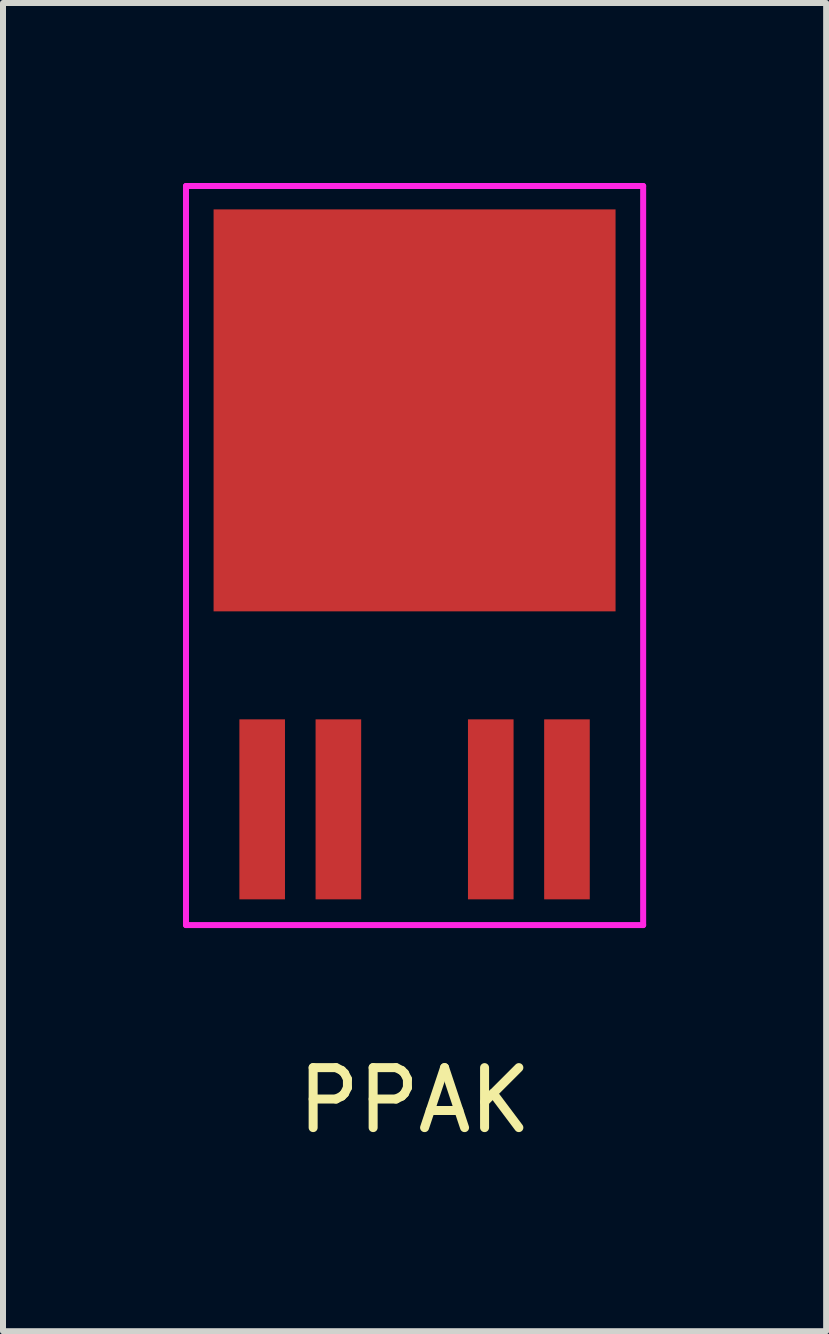
<source format=kicad_pcb>
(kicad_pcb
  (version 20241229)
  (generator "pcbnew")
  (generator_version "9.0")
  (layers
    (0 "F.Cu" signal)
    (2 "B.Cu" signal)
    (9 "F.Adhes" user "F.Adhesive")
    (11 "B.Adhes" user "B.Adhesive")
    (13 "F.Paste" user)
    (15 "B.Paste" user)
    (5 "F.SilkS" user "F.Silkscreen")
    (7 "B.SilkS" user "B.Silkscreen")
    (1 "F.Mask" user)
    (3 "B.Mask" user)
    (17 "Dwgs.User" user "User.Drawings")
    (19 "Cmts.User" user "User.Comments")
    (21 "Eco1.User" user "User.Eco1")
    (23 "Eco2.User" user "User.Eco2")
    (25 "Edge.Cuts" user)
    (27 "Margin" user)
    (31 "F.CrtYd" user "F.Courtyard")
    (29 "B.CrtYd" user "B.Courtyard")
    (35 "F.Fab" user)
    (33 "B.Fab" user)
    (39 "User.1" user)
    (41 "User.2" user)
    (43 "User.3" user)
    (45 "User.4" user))
  (footprint "PPAK"
    (layer "F.Cu")
    (at 3.86 8.94)
    (property "Reference" "PPAK" (at 0 6.35 0) (layer "F.SilkS") (effects (font (size 1 1) (thickness 0.15))))
    (attr through_hole)
    (fp_line (start -3.81 -8.89) (end 3.81 -8.89) (stroke (width 0.1) (type solid)) (layer "F.CrtYd"))
    (fp_line (start -3.81 3.429) (end -3.81 -8.89) (stroke (width 0.1) (type solid)) (layer "F.CrtYd"))
    (fp_line (start 3.81 -8.89) (end 3.81 3.429) (stroke (width 0.1) (type solid)) (layer "F.CrtYd"))
    (fp_line (start 3.81 3.429) (end -3.81 3.429) (stroke (width 0.1) (type solid)) (layer "F.CrtYd"))
    (pad "1" smd rect (at -2.54 1.5) (size 0.76 3) (layers "F.Cu" "F.Mask" "F.Paste"))
    (pad "2" smd rect (at -1.27 1.5) (size 0.76 3) (layers "F.Cu" "F.Mask" "F.Paste"))
    (pad "3" smd rect (at 0 -5.15) (size 6.7 6.7) (layers "F.Cu" "F.Mask" "F.Paste"))
    (pad "4" smd rect (at 1.27 1.5) (size 0.76 3) (layers "F.Cu" "F.Mask" "F.Paste"))
    (pad "5" smd rect (at 2.54 1.5) (size 0.76 3) (layers "F.Cu" "F.Mask" "F.Paste")))
  (gr_rect
    (start -3 -3)
    (end 10.72 19.138)
    (stroke (width 0.1) (type default))
    (fill no)
    (layer "Edge.Cuts")))
</source>
